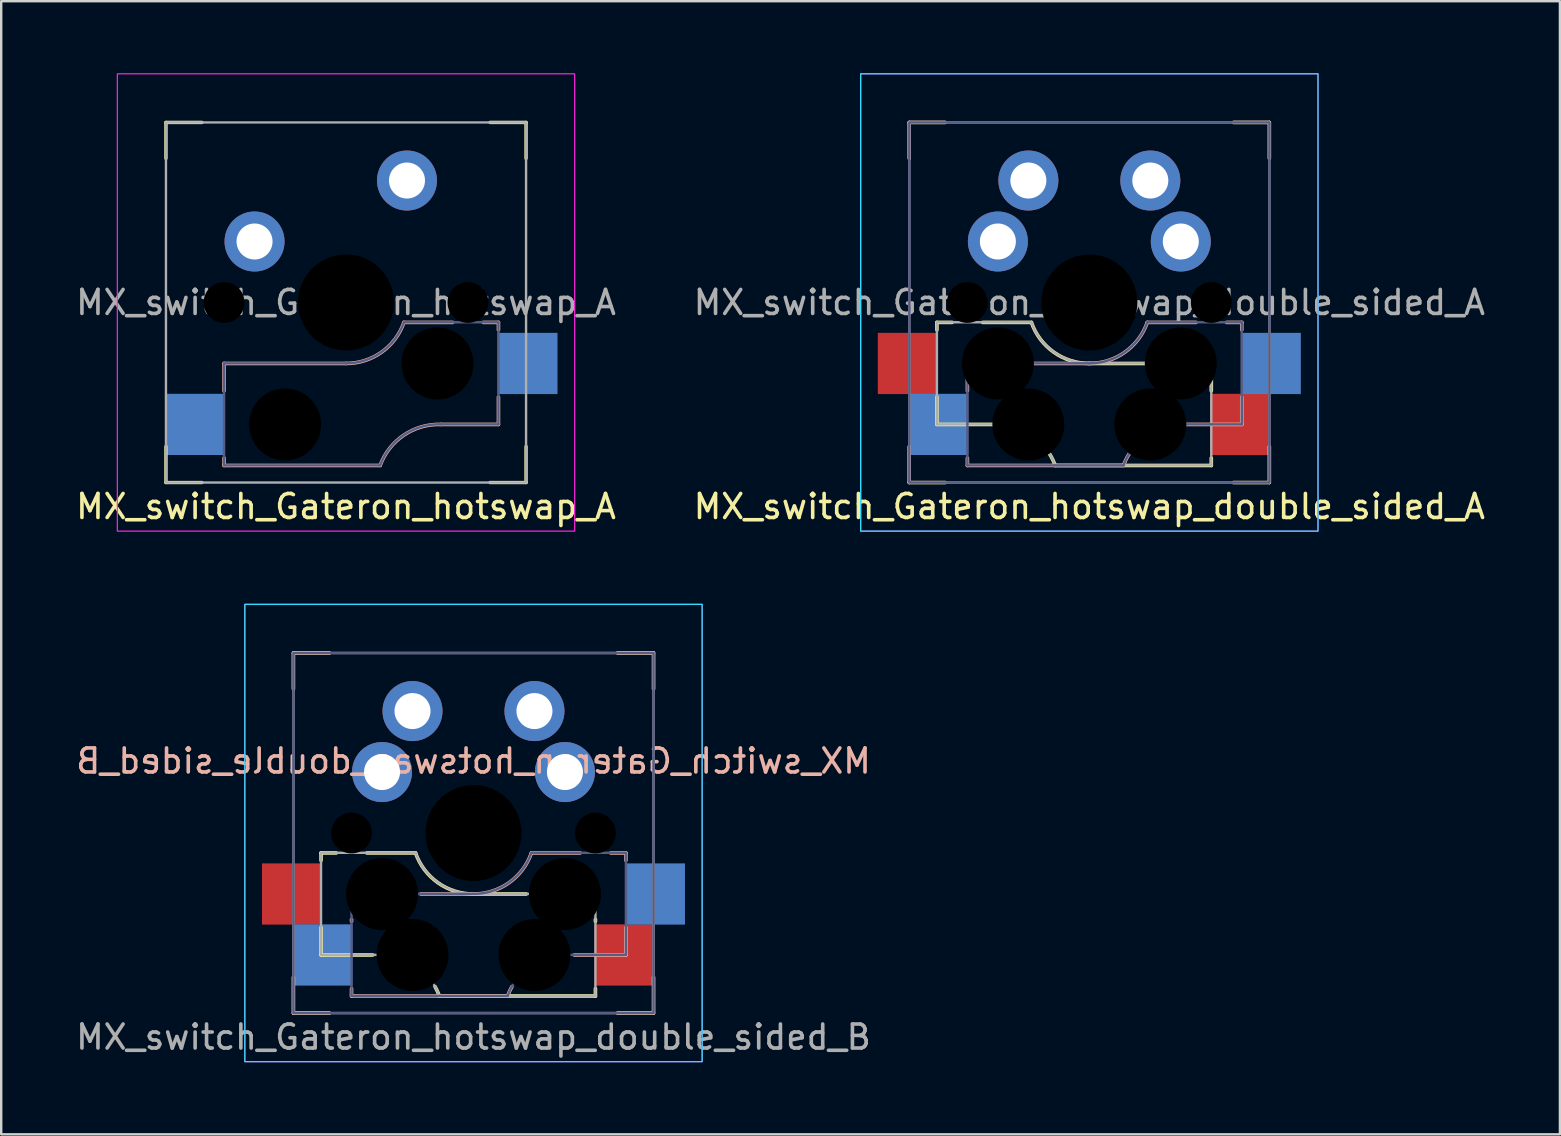
<source format=kicad_pcb>
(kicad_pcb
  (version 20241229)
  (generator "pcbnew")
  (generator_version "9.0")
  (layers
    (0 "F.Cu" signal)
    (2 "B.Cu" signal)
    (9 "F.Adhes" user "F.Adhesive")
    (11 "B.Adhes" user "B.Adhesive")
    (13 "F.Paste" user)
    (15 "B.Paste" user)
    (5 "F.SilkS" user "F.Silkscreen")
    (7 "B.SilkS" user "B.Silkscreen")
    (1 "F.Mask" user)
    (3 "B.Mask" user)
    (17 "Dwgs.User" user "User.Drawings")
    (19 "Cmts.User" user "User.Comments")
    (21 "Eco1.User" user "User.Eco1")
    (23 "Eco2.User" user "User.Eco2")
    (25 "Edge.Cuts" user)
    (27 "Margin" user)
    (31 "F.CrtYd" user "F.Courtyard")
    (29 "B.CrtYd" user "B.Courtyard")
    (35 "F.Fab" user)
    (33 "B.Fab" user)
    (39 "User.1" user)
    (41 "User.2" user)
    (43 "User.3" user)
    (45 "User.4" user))
  (footprint "MX_switch_Gateron_hotswap_double_sided_A"
    (layer "F.Cu")
    (at 42.327 9.55)
    (property "Reference" "MX_switch_Gateron_hotswap_double_sided_A" (at 0 8.5 0) (unlocked yes) (layer "F.SilkS") (effects (font (size 1 1) (thickness 0.15))))
    (fp_line (start -7.5 -7.5) (end -7.5 -6) (stroke (width 0.14) (type solid)) (layer "F.SilkS"))
    (fp_line (start -7.5 -7.5) (end -6 -7.5) (stroke (width 0.14) (type solid)) (layer "F.SilkS"))
    (fp_line (start -7.5 7.5) (end -7.5 6) (stroke (width 0.14) (type solid)) (layer "F.SilkS"))
    (fp_line (start -7.5 7.5) (end -6 7.5) (stroke (width 0.14) (type solid)) (layer "F.SilkS"))
    (fp_line (start -6.35 0.83) (end -6.35 1.143) (stroke (width 0.15) (type solid)) (layer "F.SilkS"))
    (fp_line (start -6.35 0.83) (end -5.715 0.83) (stroke (width 0.15) (type solid)) (layer "F.SilkS"))
    (fp_line (start -6.35 3.937) (end -6.35 5.08) (stroke (width 0.15) (type solid)) (layer "F.SilkS"))
    (fp_line (start -6.35 5.08) (end -3.937 5.08) (stroke (width 0.15) (type solid)) (layer "F.SilkS"))
    (fp_line (start -4.445 0.83) (end -2.413 0.83) (stroke (width 0.15) (type solid)) (layer "F.SilkS"))
    (fp_line (start 5.08 2.54) (end 0 2.54) (stroke (width 0.15) (type solid)) (layer "F.SilkS"))
    (fp_line (start 5.08 2.54) (end 5.08 3.683) (stroke (width 0.15) (type solid)) (layer "F.SilkS"))
    (fp_line (start 5.08 6.477) (end 5.08 6.79) (stroke (width 0.15) (type solid)) (layer "F.SilkS"))
    (fp_line (start 5.08 6.79) (end -1.421 6.79) (stroke (width 0.15) (type solid)) (layer "F.SilkS"))
    (fp_line (start 7.5 -7.5) (end 6 -7.5) (stroke (width 0.14) (type solid)) (layer "F.SilkS"))
    (fp_line (start 7.5 -7.5) (end 7.5 -6) (stroke (width 0.14) (type solid)) (layer "F.SilkS"))
    (fp_line (start 7.5 7.5) (end 6 7.5) (stroke (width 0.14) (type solid)) (layer "F.SilkS"))
    (fp_line (start 7.5 7.5) (end 7.5 6) (stroke (width 0.14) (type solid)) (layer "F.SilkS"))
    (fp_arc (start -3.937 5.08) (mid -2.403571 5.529857) (end -1.420812 6.79) (stroke (width 0.15) (type solid)) (layer "F.SilkS"))
    (fp_arc (start 0 2.54) (mid -1.480188 2.071204) (end -2.413 0.83) (stroke (width 0.15) (type solid)) (layer "F.SilkS"))
    (fp_line (start -7.5 -7.5) (end -7.5 -6) (stroke (width 0.14) (type solid)) (layer "B.SilkS"))
    (fp_line (start -7.5 -7.5) (end -6 -7.5) (stroke (width 0.14) (type solid)) (layer "B.SilkS"))
    (fp_line (start -7.5 7.5) (end -7.5 6) (stroke (width 0.14) (type solid)) (layer "B.SilkS"))
    (fp_line (start -7.5 7.5) (end -6 7.5) (stroke (width 0.14) (type solid)) (layer "B.SilkS"))
    (fp_line (start -5.08 2.54) (end -5.08 3.683) (stroke (width 0.15) (type solid)) (layer "B.SilkS"))
    (fp_line (start -5.08 2.54) (end 0 2.54) (stroke (width 0.15) (type solid)) (layer "B.SilkS"))
    (fp_line (start -5.08 6.477) (end -5.08 6.79) (stroke (width 0.15) (type solid)) (layer "B.SilkS"))
    (fp_line (start -5.08 6.79) (end 1.421 6.79) (stroke (width 0.15) (type solid)) (layer "B.SilkS"))
    (fp_line (start 4.445 0.83) (end 2.413 0.83) (stroke (width 0.15) (type solid)) (layer "B.SilkS"))
    (fp_line (start 6.35 0.83) (end 5.715 0.83) (stroke (width 0.15) (type solid)) (layer "B.SilkS"))
    (fp_line (start 6.35 0.83) (end 6.35 1.143) (stroke (width 0.15) (type solid)) (layer "B.SilkS"))
    (fp_line (start 6.35 3.937) (end 6.35 5.08) (stroke (width 0.15) (type solid)) (layer "B.SilkS"))
    (fp_line (start 6.35 5.08) (end 3.937 5.08) (stroke (width 0.15) (type solid)) (layer "B.SilkS"))
    (fp_line (start 7.5 -7.5) (end 6 -7.5) (stroke (width 0.14) (type solid)) (layer "B.SilkS"))
    (fp_line (start 7.5 -7.5) (end 7.5 -6) (stroke (width 0.14) (type solid)) (layer "B.SilkS"))
    (fp_line (start 7.5 7.5) (end 6 7.5) (stroke (width 0.14) (type solid)) (layer "B.SilkS"))
    (fp_line (start 7.5 7.5) (end 7.5 6) (stroke (width 0.14) (type solid)) (layer "B.SilkS"))
    (fp_arc (start 1.420812 6.79) (mid 2.403572 5.529859) (end 3.937 5.08) (stroke (width 0.15) (type solid)) (layer "B.SilkS"))
    (fp_arc (start 2.413 0.83) (mid 1.480188 2.071204) (end 0 2.54) (stroke (width 0.15) (type solid)) (layer "B.SilkS"))
    (fp_rect (start 9.525 -9.525) (end -9.525 9.525) (stroke (width 0.05) (type solid)) (fill no) (layer "B.CrtYd"))
    (fp_rect (start -9.525 -9.525) (end 9.525 9.525) (stroke (width 0.05) (type solid)) (fill no) (layer "F.CrtYd"))
    (fp_line (start -5.08 2.535) (end -5.08 6.785) (stroke (width 0.1) (type solid)) (layer "B.Fab"))
    (fp_line (start -5.08 2.535) (end 0 2.535) (stroke (width 0.1) (type solid)) (layer "B.Fab"))
    (fp_line (start -5.08 6.785) (end 1.421 6.785) (stroke (width 0.1) (type solid)) (layer "B.Fab"))
    (fp_line (start 6.35 0.825) (end 2.413 0.825) (stroke (width 0.1) (type solid)) (layer "B.Fab"))
    (fp_line (start 6.35 0.825) (end 6.35 5.075) (stroke (width 0.1) (type solid)) (layer "B.Fab"))
    (fp_line (start 6.35 5.075) (end 3.937 5.075) (stroke (width 0.1) (type solid)) (layer "B.Fab"))
    (fp_rect (start 7.5 -7.5) (end -7.5 7.5) (stroke (width 0.1) (type solid)) (fill no) (layer "B.Fab"))
    (fp_arc (start 1.420812 6.785) (mid 2.403572 5.524859) (end 3.937 5.075) (stroke (width 0.1) (type solid)) (layer "B.Fab"))
    (fp_arc (start 2.413 0.825) (mid 1.480188 2.066204) (end 0 2.535) (stroke (width 0.1) (type solid)) (layer "B.Fab"))
    (fp_line (start -6.35 0.825) (end -6.35 5.075) (stroke (width 0.1) (type solid)) (layer "F.Fab"))
    (fp_line (start -6.35 0.825) (end -2.413 0.825) (stroke (width 0.1) (type solid)) (layer "F.Fab"))
    (fp_line (start -6.35 5.075) (end -3.937 5.075) (stroke (width 0.1) (type solid)) (layer "F.Fab"))
    (fp_line (start 5.08 2.535) (end 0 2.535) (stroke (width 0.1) (type solid)) (layer "F.Fab"))
    (fp_line (start 5.08 2.535) (end 5.08 6.785) (stroke (width 0.1) (type solid)) (layer "F.Fab"))
    (fp_line (start 5.08 6.785) (end -1.421 6.785) (stroke (width 0.1) (type solid)) (layer "F.Fab"))
    (fp_rect (start -7.5 -7.5) (end 7.5 7.5) (stroke (width 0.1) (type solid)) (fill no) (layer "F.Fab"))
    (fp_arc (start -3.937 5.075) (mid -2.403571 5.524857) (end -1.420812 6.785) (stroke (width 0.1) (type solid)) (layer "F.Fab"))
    (fp_arc (start 0 2.535) (mid -1.480188 2.066204) (end -2.413 0.825) (stroke (width 0.1) (type solid)) (layer "F.Fab"))
    (fp_text user "${REFERENCE}" (at 0 0 0) (unlocked yes) (layer "F.Fab") (effects (font (size 1 1) (thickness 0.15))))
    (pad "" np_thru_hole circle (at -5.08 0) (size 1.7 1.7) (drill 1.7) (layers "*.Mask"))
    (pad "" np_thru_hole circle (at -3.81 2.54) (size 3 3) (drill 3) (layers "*.Mask"))
    (pad "" np_thru_hole circle (at -2.54 5.08) (size 3 3) (drill 3) (layers "*.Mask"))
    (pad "" np_thru_hole circle (at 0 0) (size 4 4) (drill 4) (layers "*.Mask"))
    (pad "" np_thru_hole circle (at 2.54 5.08) (size 3 3) (drill 3) (layers "*.Mask"))
    (pad "" np_thru_hole circle (at 3.81 2.54) (size 3 3) (drill 3) (layers "*.Mask"))
    (pad "" np_thru_hole circle (at 5.08 0) (size 1.7 1.7) (drill 1.7) (layers "*.Mask"))
    (pad "1" smd rect (at -7.56 2.54) (size 2.5 2.55) (layers "F.Cu" "F.Mask" "F.Paste"))
    (pad "1" smd rect (at -6.29 5.08) (size 2.5 2.55) (layers "B.Cu" "B.Mask" "B.Paste"))
    (pad "1" thru_hole circle (at -3.81 -2.54) (size 2.5 2.5) (drill 1.5) (layers "*.Cu" "*.Mask"))
    (pad "1" thru_hole circle (at -2.54 -5.08) (size 2.5 2.5) (drill 1.5) (layers "*.Cu" "*.Mask"))
    (pad "2" thru_hole circle (at 2.54 -5.08) (size 2.5 2.5) (drill 1.5) (layers "*.Cu" "*.Mask"))
    (pad "2" thru_hole circle (at 3.81 -2.54) (size 2.5 2.5) (drill 1.5) (layers "*.Cu" "*.Mask"))
    (pad "2" smd rect (at 6.29 5.08) (size 2.5 2.55) (layers "F.Cu" "F.Mask" "F.Paste"))
    (pad "2" smd rect (at 7.56 2.54) (size 2.5 2.55) (layers "B.Cu" "B.Mask" "B.Paste")))
  (footprint "MX_switch_Gateron_hotswap_A"
    (layer "F.Cu")
    (at 11.363 9.55)
    (property "Reference" "MX_switch_Gateron_hotswap_A" (at 0 8.5 0) (unlocked yes) (layer "F.SilkS") (effects (font (size 1 1) (thickness 0.15))))
    (fp_line (start -7.5 -7.5) (end -7.5 -6) (stroke (width 0.14) (type solid)) (layer "F.SilkS"))
    (fp_line (start -7.5 -7.5) (end -6 -7.5) (stroke (width 0.14) (type solid)) (layer "F.SilkS"))
    (fp_line (start -7.5 7.5) (end -7.5 6) (stroke (width 0.14) (type solid)) (layer "F.SilkS"))
    (fp_line (start -7.5 7.5) (end -6 7.5) (stroke (width 0.14) (type solid)) (layer "F.SilkS"))
    (fp_line (start 7.5 -7.5) (end 6 -7.5) (stroke (width 0.14) (type solid)) (layer "F.SilkS"))
    (fp_line (start 7.5 -7.5) (end 7.5 -6) (stroke (width 0.14) (type solid)) (layer "F.SilkS"))
    (fp_line (start 7.5 7.5) (end 6 7.5) (stroke (width 0.14) (type solid)) (layer "F.SilkS"))
    (fp_line (start 7.5 7.5) (end 7.5 6) (stroke (width 0.14) (type solid)) (layer "F.SilkS"))
    (fp_line (start -5.08 2.54) (end -5.08 3.683) (stroke (width 0.15) (type solid)) (layer "B.SilkS"))
    (fp_line (start -5.08 2.54) (end 0 2.54) (stroke (width 0.15) (type solid)) (layer "B.SilkS"))
    (fp_line (start -5.08 6.477) (end -5.08 6.79) (stroke (width 0.15) (type solid)) (layer "B.SilkS"))
    (fp_line (start -5.08 6.79) (end 1.421 6.79) (stroke (width 0.15) (type solid)) (layer "B.SilkS"))
    (fp_line (start 4.445 0.83) (end 2.413 0.83) (stroke (width 0.15) (type solid)) (layer "B.SilkS"))
    (fp_line (start 6.35 0.83) (end 5.715 0.83) (stroke (width 0.15) (type solid)) (layer "B.SilkS"))
    (fp_line (start 6.35 0.83) (end 6.35 1.143) (stroke (width 0.15) (type solid)) (layer "B.SilkS"))
    (fp_line (start 6.35 3.937) (end 6.35 5.08) (stroke (width 0.15) (type solid)) (layer "B.SilkS"))
    (fp_line (start 6.35 5.08) (end 3.937 5.08) (stroke (width 0.15) (type solid)) (layer "B.SilkS"))
    (fp_arc (start 1.420812 6.79) (mid 2.403572 5.529859) (end 3.937 5.08) (stroke (width 0.15) (type solid)) (layer "B.SilkS"))
    (fp_arc (start 2.413 0.83) (mid 1.480188 2.071204) (end 0 2.54) (stroke (width 0.15) (type solid)) (layer "B.SilkS"))
    (fp_rect (start -9.525 -9.525) (end 9.525 9.525) (stroke (width 0.05) (type solid)) (fill no) (layer "F.CrtYd"))
    (fp_line (start -5.08 2.535) (end -5.08 6.785) (stroke (width 0.1) (type solid)) (layer "B.Fab"))
    (fp_line (start -5.08 2.535) (end 0 2.535) (stroke (width 0.1) (type solid)) (layer "B.Fab"))
    (fp_line (start -5.08 6.785) (end 1.421 6.785) (stroke (width 0.1) (type solid)) (layer "B.Fab"))
    (fp_line (start 6.35 0.825) (end 2.413 0.825) (stroke (width 0.1) (type solid)) (layer "B.Fab"))
    (fp_line (start 6.35 0.825) (end 6.35 5.075) (stroke (width 0.1) (type solid)) (layer "B.Fab"))
    (fp_line (start 6.35 5.075) (end 3.937 5.075) (stroke (width 0.1) (type solid)) (layer "B.Fab"))
    (fp_arc (start 1.420812 6.785) (mid 2.403572 5.524859) (end 3.937 5.075) (stroke (width 0.1) (type solid)) (layer "B.Fab"))
    (fp_arc (start 2.413 0.825) (mid 1.480188 2.066204) (end 0 2.535) (stroke (width 0.1) (type solid)) (layer "B.Fab"))
    (fp_rect (start -7.5 -7.5) (end 7.5 7.5) (stroke (width 0.1) (type solid)) (fill no) (layer "F.Fab"))
    (fp_text user "${REFERENCE}" (at 0 0 0) (unlocked yes) (layer "F.Fab") (effects (font (size 1 1) (thickness 0.15))))
    (pad "" np_thru_hole circle (at -5.08 0) (size 1.7 1.7) (drill 1.7) (layers "*.Mask"))
    (pad "" np_thru_hole circle (at -2.54 5.08) (size 3 3) (drill 3) (layers "*.Mask"))
    (pad "" np_thru_hole circle (at 0 0) (size 4 4) (drill 4) (layers "*.Mask"))
    (pad "" np_thru_hole circle (at 3.81 2.54) (size 3 3) (drill 3) (layers "*.Mask"))
    (pad "" np_thru_hole circle (at 5.08 0) (size 1.7 1.7) (drill 1.7) (layers "*.Mask"))
    (pad "1" smd rect (at -6.29 5.08) (size 2.5 2.55) (layers "B.Cu" "B.Mask" "B.Paste"))
    (pad "1" thru_hole circle (at -3.81 -2.54) (size 2.5 2.5) (drill 1.5) (layers "*.Cu" "*.Mask"))
    (pad "2" thru_hole circle (at 2.54 -5.08) (size 2.5 2.5) (drill 1.5) (layers "*.Cu" "*.Mask"))
    (pad "2" smd rect (at 7.56 2.54) (size 2.5 2.55) (layers "B.Cu" "B.Mask" "B.Paste")))
  (footprint "MX_switch_Gateron_hotswap_double_sided_B"
    (layer "F.Cu")
    (at 16.673 31.65)
    (property "Reference" "MX_switch_Gateron_hotswap_double_sided_B" (at 0 -3 0) (unlocked yes) (layer "B.SilkS") (effects (font (size 1 1) (thickness 0.15)) (justify mirror)))
    (fp_line (start -7.5 -7.5) (end -7.5 -6) (stroke (width 0.14) (type solid)) (layer "F.SilkS"))
    (fp_line (start -7.5 -7.5) (end -6 -7.5) (stroke (width 0.14) (type solid)) (layer "F.SilkS"))
    (fp_line (start -7.5 7.5) (end -7.5 6) (stroke (width 0.14) (type solid)) (layer "F.SilkS"))
    (fp_line (start -7.5 7.5) (end -6 7.5) (stroke (width 0.14) (type solid)) (layer "F.SilkS"))
    (fp_line (start -6.35 0.83) (end -6.35 1.143) (stroke (width 0.15) (type solid)) (layer "F.SilkS"))
    (fp_line (start -6.35 0.83) (end -5.715 0.83) (stroke (width 0.15) (type solid)) (layer "F.SilkS"))
    (fp_line (start -6.35 3.937) (end -6.35 5.08) (stroke (width 0.15) (type solid)) (layer "F.SilkS"))
    (fp_line (start -6.35 5.08) (end -4.2 5.08) (stroke (width 0.15) (type solid)) (layer "F.SilkS"))
    (fp_line (start -4.445 0.83) (end -2.413 0.83) (stroke (width 0.15) (type solid)) (layer "F.SilkS"))
    (fp_line (start 2.2 2.54) (end 0 2.54) (stroke (width 0.15) (type solid)) (layer "F.SilkS"))
    (fp_line (start 5.08 3.6) (end 5.08 3.683) (stroke (width 0.15) (type solid)) (layer "F.SilkS"))
    (fp_line (start 5.08 6.477) (end 5.08 6.79) (stroke (width 0.15) (type solid)) (layer "F.SilkS"))
    (fp_line (start 5.08 6.79) (end -1.421 6.79) (stroke (width 0.15) (type solid)) (layer "F.SilkS"))
    (fp_line (start 7.5 -7.5) (end 6 -7.5) (stroke (width 0.14) (type solid)) (layer "F.SilkS"))
    (fp_line (start 7.5 -7.5) (end 7.5 -6) (stroke (width 0.14) (type solid)) (layer "F.SilkS"))
    (fp_line (start 7.5 7.5) (end 6 7.5) (stroke (width 0.14) (type solid)) (layer "F.SilkS"))
    (fp_line (start 7.5 7.5) (end 7.5 6) (stroke (width 0.14) (type solid)) (layer "F.SilkS"))
    (fp_arc (start -1.6 6.4) (mid -1.502614 6.59142) (end -1.420812 6.79) (stroke (width 0.15) (type solid)) (layer "F.SilkS"))
    (fp_arc (start 0 2.54) (mid -1.480188 2.071204) (end -2.413 0.83) (stroke (width 0.15) (type solid)) (layer "F.SilkS"))
    (fp_line (start -7.5 -7.5) (end -7.5 -6) (stroke (width 0.14) (type solid)) (layer "B.SilkS"))
    (fp_line (start -7.5 -7.5) (end -6 -7.5) (stroke (width 0.14) (type solid)) (layer "B.SilkS"))
    (fp_line (start -7.5 7.5) (end -7.5 6) (stroke (width 0.14) (type solid)) (layer "B.SilkS"))
    (fp_line (start -7.5 7.5) (end -6 7.5) (stroke (width 0.14) (type solid)) (layer "B.SilkS"))
    (fp_line (start -5.08 3.6) (end -5.08 3.683) (stroke (width 0.15) (type solid)) (layer "B.SilkS"))
    (fp_line (start -5.08 6.477) (end -5.08 6.79) (stroke (width 0.15) (type solid)) (layer "B.SilkS"))
    (fp_line (start -5.08 6.79) (end 1.421 6.79) (stroke (width 0.15) (type solid)) (layer "B.SilkS"))
    (fp_line (start -2.2 2.54) (end 0 2.54) (stroke (width 0.15) (type solid)) (layer "B.SilkS"))
    (fp_line (start 4.445 0.83) (end 2.413 0.83) (stroke (width 0.15) (type solid)) (layer "B.SilkS"))
    (fp_line (start 6.35 0.83) (end 5.715 0.83) (stroke (width 0.15) (type solid)) (layer "B.SilkS"))
    (fp_line (start 6.35 0.83) (end 6.35 1.143) (stroke (width 0.15) (type solid)) (layer "B.SilkS"))
    (fp_line (start 6.35 3.937) (end 6.35 5.08) (stroke (width 0.15) (type solid)) (layer "B.SilkS"))
    (fp_line (start 6.35 5.08) (end 4.2 5.08) (stroke (width 0.15) (type solid)) (layer "B.SilkS"))
    (fp_line (start 7.5 -7.5) (end 6 -7.5) (stroke (width 0.14) (type solid)) (layer "B.SilkS"))
    (fp_line (start 7.5 -7.5) (end 7.5 -6) (stroke (width 0.14) (type solid)) (layer "B.SilkS"))
    (fp_line (start 7.5 7.5) (end 6 7.5) (stroke (width 0.14) (type solid)) (layer "B.SilkS"))
    (fp_line (start 7.5 7.5) (end 7.5 6) (stroke (width 0.14) (type solid)) (layer "B.SilkS"))
    (fp_arc (start 1.420812 6.79) (mid 1.502613 6.59142) (end 1.6 6.4) (stroke (width 0.15) (type solid)) (layer "B.SilkS"))
    (fp_arc (start 2.413 0.83) (mid 1.480188 2.071204) (end 0 2.54) (stroke (width 0.15) (type solid)) (layer "B.SilkS"))
    (fp_rect (start 9.525 -9.525) (end -9.525 9.525) (stroke (width 0.05) (type solid)) (fill no) (layer "B.CrtYd"))
    (fp_rect (start -9.525 -9.525) (end 9.525 9.525) (stroke (width 0.05) (type solid)) (fill no) (layer "F.CrtYd"))
    (fp_line (start -5.08 2.535) (end -5.08 6.785) (stroke (width 0.1) (type solid)) (layer "B.Fab"))
    (fp_line (start -5.08 2.535) (end 0 2.535) (stroke (width 0.1) (type solid)) (layer "B.Fab"))
    (fp_line (start -5.08 6.785) (end 1.421 6.785) (stroke (width 0.1) (type solid)) (layer "B.Fab"))
    (fp_line (start 6.35 0.825) (end 2.413 0.825) (stroke (width 0.1) (type solid)) (layer "B.Fab"))
    (fp_line (start 6.35 0.825) (end 6.35 5.075) (stroke (width 0.1) (type solid)) (layer "B.Fab"))
    (fp_line (start 6.35 5.075) (end 3.937 5.075) (stroke (width 0.1) (type solid)) (layer "B.Fab"))
    (fp_rect (start 7.5 -7.5) (end -7.5 7.5) (stroke (width 0.1) (type solid)) (fill no) (layer "B.Fab"))
    (fp_arc (start 1.420812 6.785) (mid 2.403572 5.524859) (end 3.937 5.075) (stroke (width 0.1) (type solid)) (layer "B.Fab"))
    (fp_arc (start 2.413 0.825) (mid 1.480188 2.066204) (end 0 2.535) (stroke (width 0.1) (type solid)) (layer "B.Fab"))
    (fp_line (start -6.35 0.825) (end -6.35 5.075) (stroke (width 0.1) (type solid)) (layer "F.Fab"))
    (fp_line (start -6.35 0.825) (end -2.413 0.825) (stroke (width 0.1) (type solid)) (layer "F.Fab"))
    (fp_line (start -6.35 5.075) (end -3.937 5.075) (stroke (width 0.1) (type solid)) (layer "F.Fab"))
    (fp_line (start 5.08 2.535) (end 0 2.535) (stroke (width 0.1) (type solid)) (layer "F.Fab"))
    (fp_line (start 5.08 2.535) (end 5.08 6.785) (stroke (width 0.1) (type solid)) (layer "F.Fab"))
    (fp_line (start 5.08 6.785) (end -1.421 6.785) (stroke (width 0.1) (type solid)) (layer "F.Fab"))
    (fp_rect (start -7.5 -7.5) (end 7.5 7.5) (stroke (width 0.1) (type solid)) (fill no) (layer "F.Fab"))
    (fp_arc (start -3.937 5.075) (mid -2.403571 5.524857) (end -1.420812 6.785) (stroke (width 0.1) (type solid)) (layer "F.Fab"))
    (fp_arc (start 0 2.535) (mid -1.480188 2.066204) (end -2.413 0.825) (stroke (width 0.1) (type solid)) (layer "F.Fab"))
    (fp_text user "${REFERENCE}" (at 0 8.5 0) (unlocked yes) (layer "F.Fab") (effects (font (size 1 1) (thickness 0.15))))
    (pad "" np_thru_hole circle (at -5.08 0) (size 1.7 1.7) (drill 1.7) (layers "*.Mask"))
    (pad "" np_thru_hole circle (at -3.81 2.54) (size 3 3) (drill 3) (layers "*.Mask"))
    (pad "" np_thru_hole circle (at -2.54 5.08) (size 3 3) (drill 3) (layers "*.Mask"))
    (pad "" np_thru_hole circle (at 0 0) (size 4 4) (drill 4) (layers "*.Mask"))
    (pad "" np_thru_hole circle (at 2.54 5.08) (size 3 3) (drill 3) (layers "*.Mask"))
    (pad "" np_thru_hole circle (at 3.81 2.54) (size 3 3) (drill 3) (layers "*.Mask"))
    (pad "" np_thru_hole circle (at 5.08 0) (size 1.7 1.7) (drill 1.7) (layers "*.Mask"))
    (pad "1" smd rect (at -6.29 5.08) (size 2.5 2.55) (layers "B.Cu" "B.Mask" "B.Paste"))
    (pad "1" thru_hole circle (at -3.81 -2.54) (size 2.5 2.5) (drill 1.5) (layers "*.Cu" "*.Mask"))
    (pad "1" thru_hole circle (at 3.81 -2.54) (size 2.5 2.5) (drill 1.5) (layers "*.Cu" "*.Mask"))
    (pad "1" smd rect (at 6.29 5.08) (size 2.5 2.55) (layers "F.Cu" "F.Mask" "F.Paste"))
    (pad "2" smd rect (at -7.56 2.54) (size 2.5 2.55) (layers "F.Cu" "F.Mask" "F.Paste"))
    (pad "2" thru_hole circle (at -2.54 -5.08) (size 2.5 2.5) (drill 1.5) (layers "*.Cu" "*.Mask"))
    (pad "2" thru_hole circle (at 2.54 -5.08) (size 2.5 2.5) (drill 1.5) (layers "*.Cu" "*.Mask"))
    (pad "2" smd rect (at 7.56 2.54) (size 2.5 2.55) (layers "B.Cu" "B.Mask" "B.Paste")))
  (gr_rect
    (start -3 -3)
    (end 61.929 44.2)
    (stroke (width 0.1) (type default))
    (fill no)
    (layer "Edge.Cuts")))
</source>
